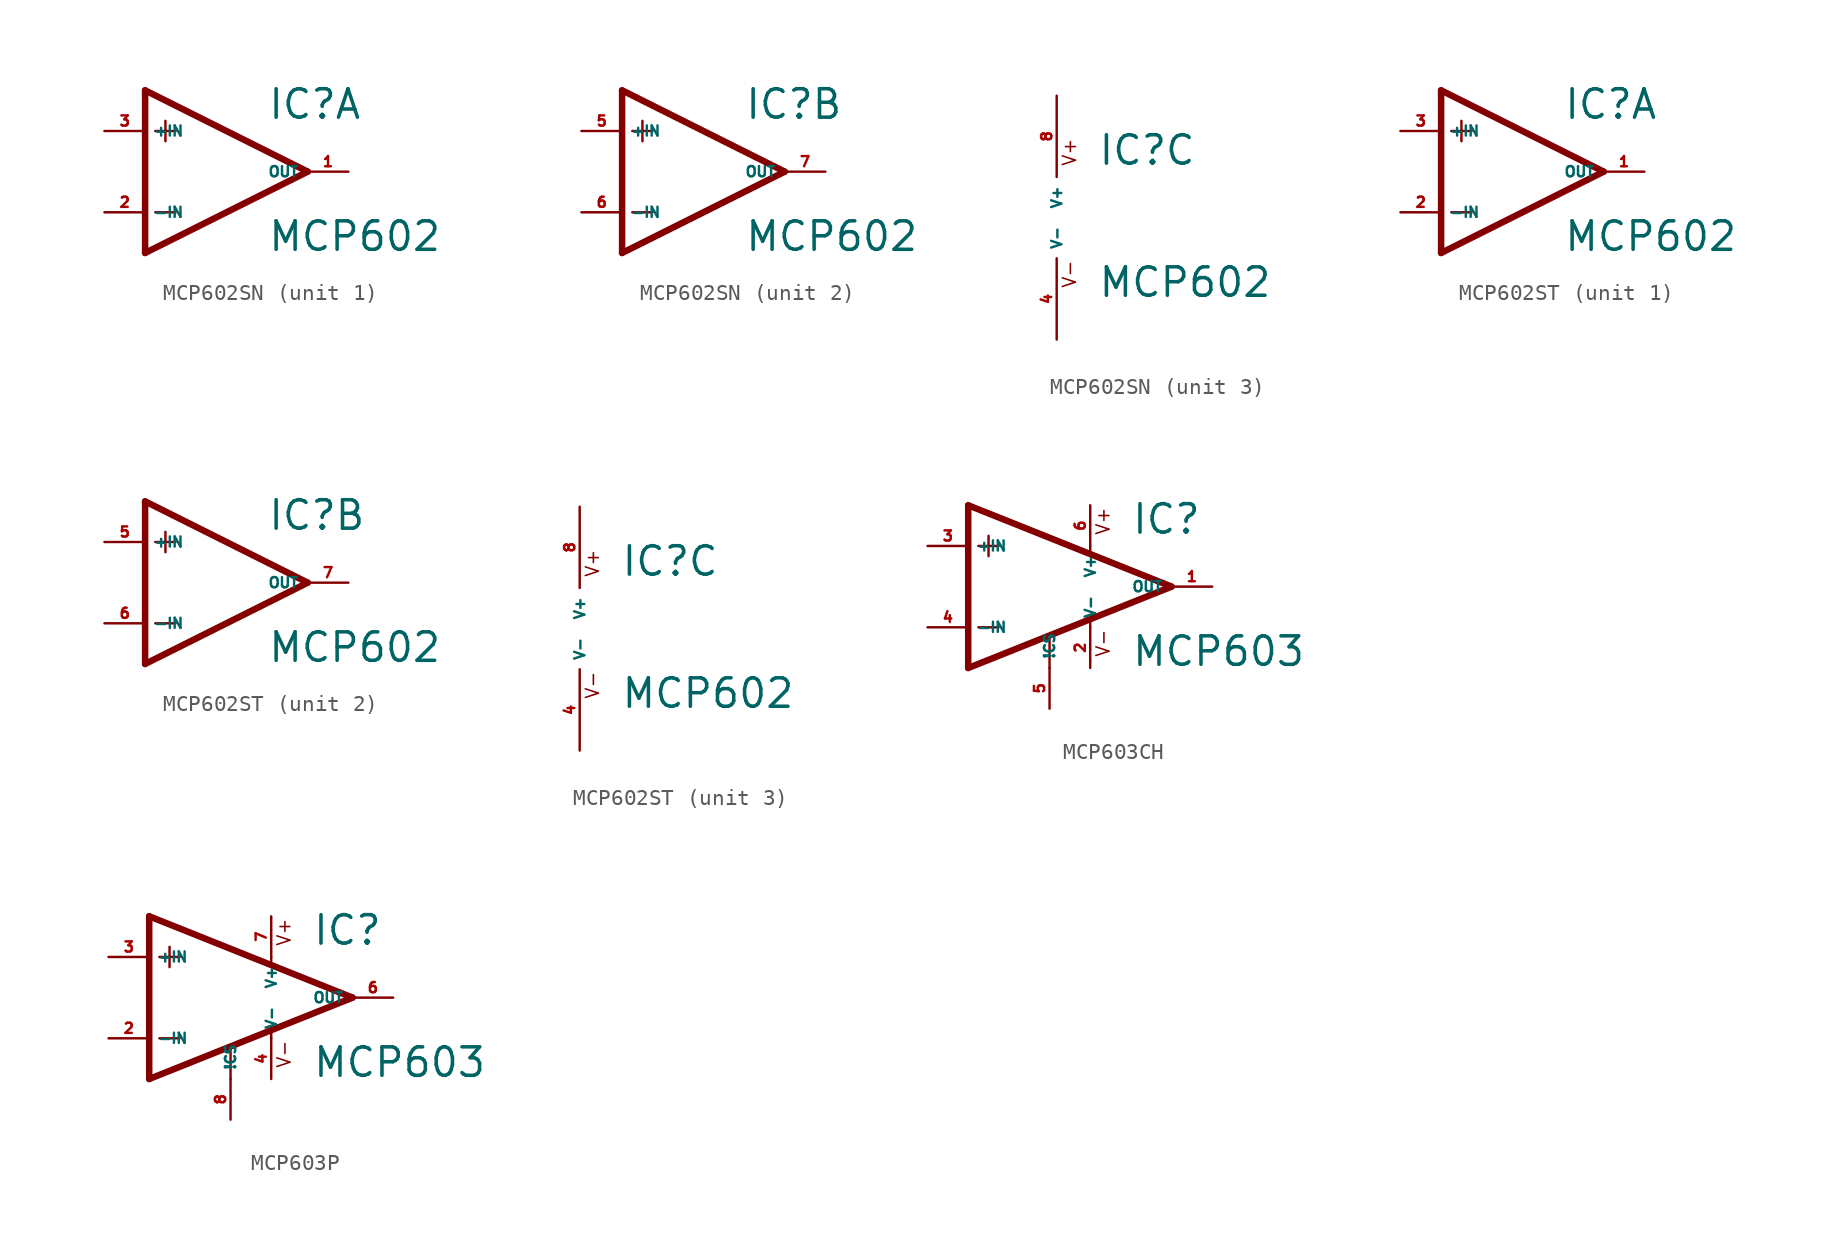
<source format=kicad_sym>
(kicad_symbol_lib
  (version 20220914)
  (generator Eagle2Kicad)
  (symbol "MCP602SN"
    (property "Reference" "IC"
      (at 2.54 3.175 0)
      (effects (font (size 1.778 1.778) (thickness 0.22)) (justify left bottom)))
    (property "Value" "MCP602"
      (at 2.54 -5.08 0)
      (effects (font (size 1.778 1.778) (thickness 0.22)) (justify left bottom)))
    (symbol "MCP602SN_1_0"
      (polyline (pts (xy -5.08 5.08) (xy -5.08 -5.08)) (stroke (width 0.406) (type default)) (fill (type none)))
      (polyline (pts (xy -5.08 -5.08) (xy 5.08 0)) (stroke (width 0.406) (type default)) (fill (type none)))
      (polyline (pts (xy 5.08 0) (xy -5.08 5.08)) (stroke (width 0.406) (type default)) (fill (type none)))
      (polyline (pts (xy -3.81 3.175) (xy -3.81 1.905)) (stroke (width 0.152) (type default)) (fill (type none)))
      (polyline (pts (xy -4.445 2.54) (xy -3.175 2.54)) (stroke (width 0.152) (type default)) (fill (type none)))
      (polyline (pts (xy -4.445 -2.54) (xy -3.175 -2.54)) (stroke (width 0.152) (type default)) (fill (type none)))
      (pin input line (at -7.62 -2.54 0) (length 2.54) (name "-IN" (effects (font (size 0.635 0.635) (thickness 0.08)) (justify left bottom))) (number "2" (effects (font (size 0.635 0.635) (thickness 0.08)) (justify left bottom))))
      (pin input line (at -7.62 2.54 0) (length 2.54) (name "+IN" (effects (font (size 0.635 0.635) (thickness 0.08)) (justify left bottom))) (number "3" (effects (font (size 0.635 0.635) (thickness 0.08)) (justify left bottom))))
      (pin output line (at 7.62 0 180) (length 2.54) (name "OUT" (effects (font (size 0.635 0.635) (thickness 0.08)) (justify left bottom))) (number "1" (effects (font (size 0.635 0.635) (thickness 0.08)) (justify left bottom)))))
    (symbol "MCP602SN_2_0"
      (polyline (pts (xy -5.08 5.08) (xy -5.08 -5.08)) (stroke (width 0.406) (type default)) (fill (type none)))
      (polyline (pts (xy -5.08 -5.08) (xy 5.08 0)) (stroke (width 0.406) (type default)) (fill (type none)))
      (polyline (pts (xy 5.08 0) (xy -5.08 5.08)) (stroke (width 0.406) (type default)) (fill (type none)))
      (polyline (pts (xy -3.81 3.175) (xy -3.81 1.905)) (stroke (width 0.152) (type default)) (fill (type none)))
      (polyline (pts (xy -4.445 2.54) (xy -3.175 2.54)) (stroke (width 0.152) (type default)) (fill (type none)))
      (polyline (pts (xy -4.445 -2.54) (xy -3.175 -2.54)) (stroke (width 0.152) (type default)) (fill (type none)))
      (pin input line (at -7.62 -2.54 0) (length 2.54) (name "-IN" (effects (font (size 0.635 0.635) (thickness 0.08)) (justify left bottom))) (number "6" (effects (font (size 0.635 0.635) (thickness 0.08)) (justify left bottom))))
      (pin input line (at -7.62 2.54 0) (length 2.54) (name "+IN" (effects (font (size 0.635 0.635) (thickness 0.08)) (justify left bottom))) (number "5" (effects (font (size 0.635 0.635) (thickness 0.08)) (justify left bottom))))
      (pin output line (at 7.62 0 180) (length 2.54) (name "OUT" (effects (font (size 0.635 0.635) (thickness 0.08)) (justify left bottom))) (number "7" (effects (font (size 0.635 0.635) (thickness 0.08)) (justify left bottom)))))
    (symbol "MCP602SN_3_0"
      (text "V+" (at 1.27 3.175 900) (effects (font (size 0.813 0.813) (thickness 0.10)) (justify left bottom)))
      (text "V-" (at 1.27 -4.445 900) (effects (font (size 0.813 0.813) (thickness 0.10)) (justify left bottom)))
      (pin unspecified line (at 0 7.62 270) (length 5.08) (name "V+" (effects (font (size 0.635 0.635) (thickness 0.08)) (justify left bottom))) (number "8" (effects (font (size 0.635 0.635) (thickness 0.08)) (justify left bottom))))
      (pin unspecified line (at 0 -7.62 90) (length 5.08) (name "V-" (effects (font (size 0.635 0.635) (thickness 0.08)) (justify left bottom))) (number "4" (effects (font (size 0.635 0.635) (thickness 0.08)) (justify left bottom))))))
  (symbol "MCP602ST"
    (property "Reference" "IC"
      (at 2.54 3.175 0)
      (effects (font (size 1.778 1.778) (thickness 0.22)) (justify left bottom)))
    (property "Value" "MCP602"
      (at 2.54 -5.08 0)
      (effects (font (size 1.778 1.778) (thickness 0.22)) (justify left bottom)))
    (symbol "MCP602ST_1_0"
      (polyline (pts (xy -5.08 5.08) (xy -5.08 -5.08)) (stroke (width 0.406) (type default)) (fill (type none)))
      (polyline (pts (xy -5.08 -5.08) (xy 5.08 0)) (stroke (width 0.406) (type default)) (fill (type none)))
      (polyline (pts (xy 5.08 0) (xy -5.08 5.08)) (stroke (width 0.406) (type default)) (fill (type none)))
      (polyline (pts (xy -3.81 3.175) (xy -3.81 1.905)) (stroke (width 0.152) (type default)) (fill (type none)))
      (polyline (pts (xy -4.445 2.54) (xy -3.175 2.54)) (stroke (width 0.152) (type default)) (fill (type none)))
      (polyline (pts (xy -4.445 -2.54) (xy -3.175 -2.54)) (stroke (width 0.152) (type default)) (fill (type none)))
      (pin input line (at -7.62 -2.54 0) (length 2.54) (name "-IN" (effects (font (size 0.635 0.635) (thickness 0.08)) (justify left bottom))) (number "2" (effects (font (size 0.635 0.635) (thickness 0.08)) (justify left bottom))))
      (pin input line (at -7.62 2.54 0) (length 2.54) (name "+IN" (effects (font (size 0.635 0.635) (thickness 0.08)) (justify left bottom))) (number "3" (effects (font (size 0.635 0.635) (thickness 0.08)) (justify left bottom))))
      (pin output line (at 7.62 0 180) (length 2.54) (name "OUT" (effects (font (size 0.635 0.635) (thickness 0.08)) (justify left bottom))) (number "1" (effects (font (size 0.635 0.635) (thickness 0.08)) (justify left bottom)))))
    (symbol "MCP602ST_2_0"
      (polyline (pts (xy -5.08 5.08) (xy -5.08 -5.08)) (stroke (width 0.406) (type default)) (fill (type none)))
      (polyline (pts (xy -5.08 -5.08) (xy 5.08 0)) (stroke (width 0.406) (type default)) (fill (type none)))
      (polyline (pts (xy 5.08 0) (xy -5.08 5.08)) (stroke (width 0.406) (type default)) (fill (type none)))
      (polyline (pts (xy -3.81 3.175) (xy -3.81 1.905)) (stroke (width 0.152) (type default)) (fill (type none)))
      (polyline (pts (xy -4.445 2.54) (xy -3.175 2.54)) (stroke (width 0.152) (type default)) (fill (type none)))
      (polyline (pts (xy -4.445 -2.54) (xy -3.175 -2.54)) (stroke (width 0.152) (type default)) (fill (type none)))
      (pin input line (at -7.62 -2.54 0) (length 2.54) (name "-IN" (effects (font (size 0.635 0.635) (thickness 0.08)) (justify left bottom))) (number "6" (effects (font (size 0.635 0.635) (thickness 0.08)) (justify left bottom))))
      (pin input line (at -7.62 2.54 0) (length 2.54) (name "+IN" (effects (font (size 0.635 0.635) (thickness 0.08)) (justify left bottom))) (number "5" (effects (font (size 0.635 0.635) (thickness 0.08)) (justify left bottom))))
      (pin output line (at 7.62 0 180) (length 2.54) (name "OUT" (effects (font (size 0.635 0.635) (thickness 0.08)) (justify left bottom))) (number "7" (effects (font (size 0.635 0.635) (thickness 0.08)) (justify left bottom)))))
    (symbol "MCP602ST_3_0"
      (text "V+" (at 1.27 3.175 900) (effects (font (size 0.813 0.813) (thickness 0.10)) (justify left bottom)))
      (text "V-" (at 1.27 -4.445 900) (effects (font (size 0.813 0.813) (thickness 0.10)) (justify left bottom)))
      (pin unspecified line (at 0 7.62 270) (length 5.08) (name "V+" (effects (font (size 0.635 0.635) (thickness 0.08)) (justify left bottom))) (number "8" (effects (font (size 0.635 0.635) (thickness 0.08)) (justify left bottom))))
      (pin unspecified line (at 0 -7.62 90) (length 5.08) (name "V-" (effects (font (size 0.635 0.635) (thickness 0.08)) (justify left bottom))) (number "4" (effects (font (size 0.635 0.635) (thickness 0.08)) (justify left bottom))))))
  (symbol "MCP603CH"
    (property "Reference" "IC"
      (at 5.08 3.175 0)
      (effects (font (size 1.778 1.778) (thickness 0.22)) (justify left bottom)))
    (property "Value" "MCP603"
      (at 5.08 -5.08 0)
      (effects (font (size 1.778 1.778) (thickness 0.22)) (justify left bottom)))
    (polyline
      (pts (xy -5.08 5.08) (xy -5.08 -5.08))
      (stroke (width 0.406) (type default))
      (fill (type none)))
    (polyline
      (pts (xy -5.08 -5.08) (xy 7.62 0))
      (stroke (width 0.406) (type default))
      (fill (type none)))
    (polyline
      (pts (xy 7.62 0) (xy -5.08 5.08))
      (stroke (width 0.406) (type default))
      (fill (type none)))
    (polyline
      (pts (xy -3.81 3.175) (xy -3.81 1.905))
      (stroke (width 0.152) (type default))
      (fill (type none)))
    (polyline
      (pts (xy -4.445 2.54) (xy -3.175 2.54))
      (stroke (width 0.152) (type default))
      (fill (type none)))
    (polyline
      (pts (xy -4.445 -2.54) (xy -3.175 -2.54))
      (stroke (width 0.152) (type default))
      (fill (type none)))
    (polyline
      (pts (xy 0 -5.08) (xy 0 -3.175))
      (stroke (width 0.152) (type default))
      (fill (type none)))
    (polyline
      (pts (xy 2.54 -2.54) (xy 2.54 -2.159))
      (stroke (width 0.152) (type default))
      (fill (type none)))
    (polyline
      (pts (xy 2.54 2.54) (xy 2.54 2.159))
      (stroke (width 0.152) (type default))
      (fill (type none)))
    (text "V+"
      (at 3.81 3.175 900)
      (effects (font (size 0.813 0.813) (thickness 0.10)) (justify left bottom)))
    (text "V-"
      (at 3.81 -4.445 900)
      (effects (font (size 0.813 0.813) (thickness 0.10)) (justify left bottom)))
    (pin input line
      (at -7.62 -2.54 0)
      (length 2.54)
      (name "-IN" (effects (font (size 0.635 0.635) (thickness 0.08)) (justify left bottom)))
      (number "4" (effects (font (size 0.635 0.635) (thickness 0.08)) (justify left bottom))))
    (pin input line
      (at -7.62 2.54 0)
      (length 2.54)
      (name "+IN" (effects (font (size 0.635 0.635) (thickness 0.08)) (justify left bottom)))
      (number "3" (effects (font (size 0.635 0.635) (thickness 0.08)) (justify left bottom))))
    (pin output line
      (at 10.16 0 180)
      (length 2.54)
      (name "OUT" (effects (font (size 0.635 0.635) (thickness 0.08)) (justify left bottom)))
      (number "1" (effects (font (size 0.635 0.635) (thickness 0.08)) (justify left bottom))))
    (pin unspecified line
      (at 2.54 5.08 270)
      (length 2.54)
      (name "V+" (effects (font (size 0.635 0.635) (thickness 0.08)) (justify left bottom)))
      (number "6" (effects (font (size 0.635 0.635) (thickness 0.08)) (justify left bottom))))
    (pin unspecified line
      (at 2.54 -5.08 90)
      (length 2.54)
      (name "V-" (effects (font (size 0.635 0.635) (thickness 0.08)) (justify left bottom)))
      (number "2" (effects (font (size 0.635 0.635) (thickness 0.08)) (justify left bottom))))
    (pin input line
      (at 0 -7.62 90)
      (length 2.54)
      (name "!CS" (effects (font (size 0.635 0.635) (thickness 0.08)) (justify left bottom)))
      (number "5" (effects (font (size 0.635 0.635) (thickness 0.08)) (justify left bottom)))))
  (symbol "MCP603P"
    (property "Reference" "IC"
      (at 5.08 3.175 0)
      (effects (font (size 1.778 1.778) (thickness 0.22)) (justify left bottom)))
    (property "Value" "MCP603"
      (at 5.08 -5.08 0)
      (effects (font (size 1.778 1.778) (thickness 0.22)) (justify left bottom)))
    (polyline
      (pts (xy -5.08 5.08) (xy -5.08 -5.08))
      (stroke (width 0.406) (type default))
      (fill (type none)))
    (polyline
      (pts (xy -5.08 -5.08) (xy 7.62 0))
      (stroke (width 0.406) (type default))
      (fill (type none)))
    (polyline
      (pts (xy 7.62 0) (xy -5.08 5.08))
      (stroke (width 0.406) (type default))
      (fill (type none)))
    (polyline
      (pts (xy -3.81 3.175) (xy -3.81 1.905))
      (stroke (width 0.152) (type default))
      (fill (type none)))
    (polyline
      (pts (xy -4.445 2.54) (xy -3.175 2.54))
      (stroke (width 0.152) (type default))
      (fill (type none)))
    (polyline
      (pts (xy -4.445 -2.54) (xy -3.175 -2.54))
      (stroke (width 0.152) (type default))
      (fill (type none)))
    (polyline
      (pts (xy 0 -5.08) (xy 0 -3.175))
      (stroke (width 0.152) (type default))
      (fill (type none)))
    (polyline
      (pts (xy 2.54 -2.54) (xy 2.54 -2.159))
      (stroke (width 0.152) (type default))
      (fill (type none)))
    (polyline
      (pts (xy 2.54 2.54) (xy 2.54 2.159))
      (stroke (width 0.152) (type default))
      (fill (type none)))
    (text "V+"
      (at 3.81 3.175 900)
      (effects (font (size 0.813 0.813) (thickness 0.10)) (justify left bottom)))
    (text "V-"
      (at 3.81 -4.445 900)
      (effects (font (size 0.813 0.813) (thickness 0.10)) (justify left bottom)))
    (pin input line
      (at -7.62 -2.54 0)
      (length 2.54)
      (name "-IN" (effects (font (size 0.635 0.635) (thickness 0.08)) (justify left bottom)))
      (number "2" (effects (font (size 0.635 0.635) (thickness 0.08)) (justify left bottom))))
    (pin input line
      (at -7.62 2.54 0)
      (length 2.54)
      (name "+IN" (effects (font (size 0.635 0.635) (thickness 0.08)) (justify left bottom)))
      (number "3" (effects (font (size 0.635 0.635) (thickness 0.08)) (justify left bottom))))
    (pin output line
      (at 10.16 0 180)
      (length 2.54)
      (name "OUT" (effects (font (size 0.635 0.635) (thickness 0.08)) (justify left bottom)))
      (number "6" (effects (font (size 0.635 0.635) (thickness 0.08)) (justify left bottom))))
    (pin unspecified line
      (at 2.54 5.08 270)
      (length 2.54)
      (name "V+" (effects (font (size 0.635 0.635) (thickness 0.08)) (justify left bottom)))
      (number "7" (effects (font (size 0.635 0.635) (thickness 0.08)) (justify left bottom))))
    (pin unspecified line
      (at 2.54 -5.08 90)
      (length 2.54)
      (name "V-" (effects (font (size 0.635 0.635) (thickness 0.08)) (justify left bottom)))
      (number "4" (effects (font (size 0.635 0.635) (thickness 0.08)) (justify left bottom))))
    (pin input line
      (at 0 -7.62 90)
      (length 2.54)
      (name "!CS" (effects (font (size 0.635 0.635) (thickness 0.08)) (justify left bottom)))
      (number "8" (effects (font (size 0.635 0.635) (thickness 0.08)) (justify left bottom))))))
</source>
